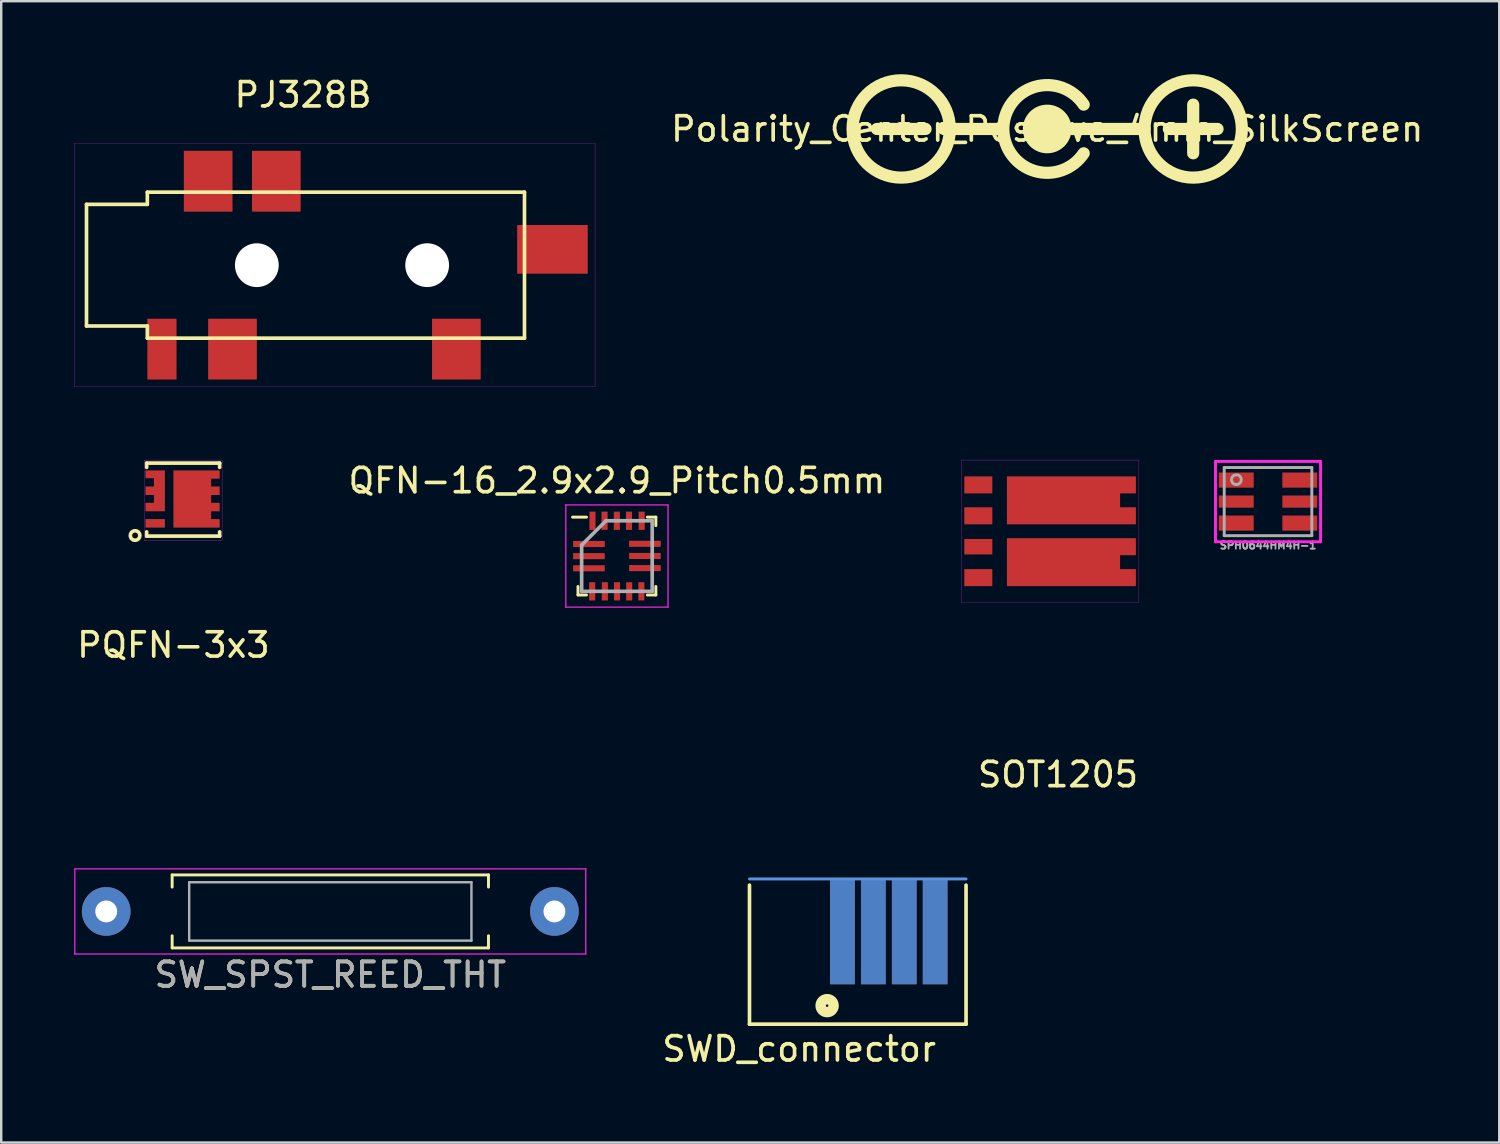
<source format=kicad_pcb>
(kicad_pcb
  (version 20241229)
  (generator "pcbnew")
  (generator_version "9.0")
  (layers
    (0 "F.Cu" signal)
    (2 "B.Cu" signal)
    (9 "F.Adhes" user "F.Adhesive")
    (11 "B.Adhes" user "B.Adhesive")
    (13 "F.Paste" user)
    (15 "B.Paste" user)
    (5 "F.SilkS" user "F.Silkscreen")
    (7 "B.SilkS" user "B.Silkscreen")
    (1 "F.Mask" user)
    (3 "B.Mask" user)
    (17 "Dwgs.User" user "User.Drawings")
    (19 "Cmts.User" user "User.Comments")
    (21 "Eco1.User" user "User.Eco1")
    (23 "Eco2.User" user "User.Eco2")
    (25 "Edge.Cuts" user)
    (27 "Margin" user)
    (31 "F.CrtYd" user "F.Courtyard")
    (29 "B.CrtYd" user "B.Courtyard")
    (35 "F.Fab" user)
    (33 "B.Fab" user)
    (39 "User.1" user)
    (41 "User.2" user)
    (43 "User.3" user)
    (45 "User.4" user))
  (footprint "SWD_connector"
    (layer "F.Cu")
    (at 31.572 35.231)
    (property "Reference" "SWD_connector" (at -1.778 4.826 0) (layer "F.SilkS") (effects (font (size 1 1) (thickness 0.15))))
    (attr through_hole)
    (fp_line (start -3.82 3.81) (end -3.82 -1.905) (stroke (width 0.15) (type solid)) (layer "F.SilkS"))
    (fp_line (start 5.08 -1.905) (end 5.08 3.81) (stroke (width 0.15) (type solid)) (layer "F.SilkS"))
    (fp_line (start 5.08 3.81) (end -3.82 3.81) (stroke (width 0.15) (type solid)) (layer "F.SilkS"))
    (fp_circle (center -0.63 3.048) (end -0.503 3.048) (stroke (width 0.15) (type solid)) (fill no) (layer "F.SilkS"))
    (fp_circle (center -0.63 3.048) (end -0.503 3.048) (stroke (width 0.3) (type solid)) (fill no) (layer "F.SilkS"))
    (fp_circle (center -0.63 3.048) (end -0.376 3.048) (stroke (width 0.15) (type solid)) (fill no) (layer "F.SilkS"))
    (fp_circle (center -0.63 3.048) (end -0.249 3.048) (stroke (width 0.2) (type solid)) (fill no) (layer "F.SilkS"))
    (fp_line (start -3.82 -2.159) (end 5.08 -2.159) (stroke (width 0.12) (type solid)) (layer "Cmts.User"))
    (fp_line (start -2.837 -2.54) (end -2.837 2.286) (stroke (width 0.12) (type solid)) (layer "Eco1.User"))
    (fp_line (start -0.983 -2.54) (end -0.983 2.286) (stroke (width 0.12) (type solid)) (layer "Eco1.User"))
    (fp_arc (start -0.983 2.286) (mid -1.91 3.213) (end -2.837 2.286) (stroke (width 0.12) (type solid)) (layer "Eco1.User"))
    (pad "1" smd rect (at 0 0) (size 1.016 4.34) (layers "F.Cu" "F.Mask" "F.Paste"))
    (pad "1" smd rect (at 0 0) (size 1.016 4.34) (layers "F.Mask" "B.Cu" "F.Paste"))
    (pad "2" smd rect (at 1.27 0) (size 1.016 4.34) (layers "F.Cu" "F.Mask" "F.Paste"))
    (pad "2" smd rect (at 1.27 0) (size 1.016 4.34) (layers "F.Mask" "B.Cu" "F.Paste"))
    (pad "3" smd rect (at 2.54 0) (size 1.016 4.34) (layers "F.Cu" "F.Mask" "F.Paste"))
    (pad "3" smd rect (at 2.54 0) (size 1.016 4.34) (layers "F.Mask" "B.Cu" "F.Paste"))
    (pad "4" smd rect (at 3.81 0) (size 1.016 4.34) (layers "F.Cu" "F.Mask" "F.Paste"))
    (pad "4" smd rect (at 3.81 0) (size 1.016 4.34) (layers "F.Mask" "B.Cu" "F.Paste")))
  (footprint "SOT1205"
    (layer "F.Cu")
    (at 40.432 18.783)
    (property "Reference" "SOT1205" (at 0 10 0) (layer "F.SilkS") (effects (font (size 1 1) (thickness 0.15))))
    (attr through_hole)
    (fp_poly (pts (xy -0.8 -0.72) (xy -1.8 -0.72) (xy -1.8 -1.72) (xy -0.8 -1.72)) (stroke (width 0.01) (type solid)) (fill yes) (layer "F.Paste"))
    (fp_poly (pts (xy -0.8 1.72) (xy -1.8 1.72) (xy -1.8 0.72) (xy -0.8 0.72)) (stroke (width 0.01) (type solid)) (fill yes) (layer "F.Paste"))
    (fp_poly (pts (xy 0.8 -0.72) (xy -0.2 -0.72) (xy -0.2 -1.72) (xy 0.8 -1.72)) (stroke (width 0.01) (type solid)) (fill yes) (layer "F.Paste"))
    (fp_poly (pts (xy 0.8 1.72) (xy -0.2 1.72) (xy -0.2 0.72) (xy 0.8 0.72)) (stroke (width 0.01) (type solid)) (fill yes) (layer "F.Paste"))
    (fp_poly (pts (xy 1.3 0.285) (xy 3.2 0.285) (xy 3.2 0.985) (xy 1.3 0.985)) (stroke (width 0.0001) (type solid)) (fill yes) (layer "F.Paste"))
    (fp_poly (pts (xy 3.2 -1.555) (xy 1.3 -1.555) (xy 1.3 -2.255) (xy 3.2 -2.255)) (stroke (width 0.0001) (type solid)) (fill yes) (layer "F.Paste"))
    (fp_poly (pts (xy 3.2 -0.285) (xy 1.3 -0.285) (xy 1.3 -0.985) (xy 3.2 -0.985)) (stroke (width 0.0001) (type solid)) (fill yes) (layer "F.Paste"))
    (fp_poly (pts (xy 3.2 2.255) (xy 1.3 2.255) (xy 1.3 1.555) (xy 3.2 1.555)) (stroke (width 0.0001) (type solid)) (fill yes) (layer "F.Paste"))
    (fp_line (start -3.975 -2.925) (end 3.325 -2.925) (stroke (width 0.01) (type solid)) (layer "F.CrtYd"))
    (fp_line (start -3.975 2.925) (end -3.975 -2.925) (stroke (width 0.01) (type solid)) (layer "F.CrtYd"))
    (fp_line (start 3.325 -2.925) (end 3.325 2.925) (stroke (width 0.01) (type solid)) (layer "F.CrtYd"))
    (fp_line (start 3.325 2.925) (end -3.975 2.925) (stroke (width 0.01) (type solid)) (layer "F.CrtYd"))
    (pad "1" smd rect (at -3.275 -1.905) (size 1.15 0.7) (layers "F.Cu" "F.Mask" "F.Paste"))
    (pad "2" smd rect (at -3.275 -0.635) (size 1.15 0.7) (layers "F.Cu" "F.Mask" "F.Paste"))
    (pad "3" smd rect (at -3.275 0.635) (size 1.15 0.635) (layers "F.Cu" "F.Mask" "F.Paste"))
    (pad "4" smd rect (at -3.275 1.905) (size 1.15 0.7) (layers "F.Cu" "F.Mask" "F.Paste"))
    (pad "5" smd custom (at 0.55 1.27) (size 1.15 0.7) (layers "F.Cu" "F.Mask") (options (anchor rect)) (primitives (gr_poly (pts (xy -2.65 -0.985) (xy 2.65 -0.985) (xy 2.65 -0.285) (xy 2 -0.285) (xy 2 0.285) (xy 2.65 0.285) (xy 2.65 0.985) (xy -2.65 0.985)) (width 0) (fill yes))))
    (pad "6" smd custom (at 0.55 -1.27) (size 1.15 0.7) (layers "F.Cu" "F.Mask") (options (anchor rect)) (primitives (gr_poly (pts (xy -2.65 -0.985) (xy 2.65 -0.985) (xy 2.65 -0.285) (xy 2 -0.285) (xy 2 0.285) (xy 2.65 0.285) (xy 2.65 0.985) (xy -2.65 0.985)) (width 0) (fill yes)))))
  (footprint "Polarity_Center_Positive_4mm_SilkScreen"
    (layer "F.Cu")
    (at 39.987 2.25)
    (property "Reference" "Polarity_Center_Positive_4mm_SilkScreen" (at 0 0 0) (layer "F.SilkS") (effects (font (size 1 1) (thickness 0.15))))
    (attr exclude_from_pos_files exclude_from_bom)
    (fp_line (start -7 0) (end -5 0) (stroke (width 0.5) (type solid)) (layer "F.SilkS"))
    (fp_line (start -4.25 0) (end -2 0) (stroke (width 0.5) (type solid)) (layer "F.SilkS"))
    (fp_line (start -0.05 0) (end 4 0) (stroke (width 0.5) (type solid)) (layer "F.SilkS"))
    (fp_line (start 5 0) (end 7 0) (stroke (width 0.5) (type solid)) (layer "F.SilkS"))
    (fp_line (start 6 -1) (end 6 1) (stroke (width 0.5) (type solid)) (layer "F.SilkS"))
    (fp_arc (start 1.5 1) (mid -1.802776 0) (end 1.5 -1) (stroke (width 0.5) (type solid)) (layer "F.SilkS"))
    (fp_circle (center -6 0) (end -4 0) (stroke (width 0.5) (type solid)) (fill no) (layer "F.SilkS"))
    (fp_circle (center 0 0) (end 0.05 0) (stroke (width 0.12) (type solid)) (fill no) (layer "F.SilkS"))
    (fp_circle (center 0 0) (end 0.354 0) (stroke (width 0.5) (type solid)) (fill no) (layer "F.SilkS"))
    (fp_circle (center 0 0) (end 0.75 0) (stroke (width 0.5) (type solid)) (fill no) (layer "F.SilkS"))
    (fp_circle (center 6 0) (end 8 0) (stroke (width 0.5) (type solid)) (fill no) (layer "F.SilkS")))
  (footprint "SW_SPST_REED_THT"
    (layer "F.Cu")
    (at 10.525 34.407)
    (property "Reference" "SW_SPST_REED_THT" (at 0 2.6 0) (layer "F.SilkS") (effects (font (size 1 1) (thickness 0.15))))
    (attr smd)
    (fp_line (start -6.5 -1.5) (end -6.5 -1) (stroke (width 0.12) (type solid)) (layer "F.SilkS"))
    (fp_line (start -6.5 1) (end -6.5 1.5) (stroke (width 0.12) (type solid)) (layer "F.SilkS"))
    (fp_line (start -6.5 1.5) (end 6.5 1.5) (stroke (width 0.12) (type solid)) (layer "F.SilkS"))
    (fp_line (start 6.5 -1.5) (end -6.5 -1.5) (stroke (width 0.12) (type solid)) (layer "F.SilkS"))
    (fp_line (start 6.5 -1) (end 6.5 -1.5) (stroke (width 0.12) (type solid)) (layer "F.SilkS"))
    (fp_line (start 6.5 1.5) (end 6.5 1) (stroke (width 0.12) (type solid)) (layer "F.SilkS"))
    (fp_line (start -10.5 -1.75) (end -10.5 1.75) (stroke (width 0.05) (type solid)) (layer "F.CrtYd"))
    (fp_line (start -10.5 1.75) (end 10.5 1.75) (stroke (width 0.05) (type solid)) (layer "F.CrtYd"))
    (fp_line (start 10.5 -1.75) (end -10.5 -1.75) (stroke (width 0.05) (type solid)) (layer "F.CrtYd"))
    (fp_line (start 10.5 1.75) (end 10.5 -1.75) (stroke (width 0.05) (type solid)) (layer "F.CrtYd"))
    (fp_line (start -5.8 -1.2) (end -5.8 1.2) (stroke (width 0.1) (type solid)) (layer "F.Fab"))
    (fp_line (start -5.8 1.2) (end 5.8 1.2) (stroke (width 0.1) (type solid)) (layer "F.Fab"))
    (fp_line (start 5.8 -1.2) (end -5.8 -1.2) (stroke (width 0.1) (type solid)) (layer "F.Fab"))
    (fp_line (start 5.8 1.2) (end 5.8 -1.2) (stroke (width 0.1) (type solid)) (layer "F.Fab"))
    (fp_text user "${REFERENCE}" (at 0 2.6 0) (layer "F.Fab") (effects (font (size 1 1) (thickness 0.15))))
    (pad "1" thru_hole circle (at -9.21 0) (size 2 2) (drill 0.9) (layers "*.Cu" "*.Mask"))
    (pad "2" thru_hole circle (at 9.21 0) (size 2 2) (drill 0.9) (layers "*.Cu" "*.Mask")))
  (footprint "QFN-16_2.9x2.9_Pitch0.5mm"
    (layer "F.Cu")
    (at 22.304 19.802)
    (property "Reference" "QFN-16_2.9x2.9_Pitch0.5mm" (at 0 -3.1 0) (layer "F.SilkS") (effects (font (size 1 1) (thickness 0.15))))
    (attr smd)
    (fp_line (start -1.6 1.6) (end -1.6 1.25) (stroke (width 0.12) (type solid)) (layer "F.SilkS"))
    (fp_line (start -1.25 -1.6) (end -1.825 -1.6) (stroke (width 0.12) (type solid)) (layer "F.SilkS"))
    (fp_line (start -1.25 1.6) (end -1.6 1.6) (stroke (width 0.12) (type solid)) (layer "F.SilkS"))
    (fp_line (start 1.25 -1.6) (end 1.6 -1.6) (stroke (width 0.12) (type solid)) (layer "F.SilkS"))
    (fp_line (start 1.25 1.6) (end 1.6 1.6) (stroke (width 0.12) (type solid)) (layer "F.SilkS"))
    (fp_line (start 1.6 -1.6) (end 1.6 -1.25) (stroke (width 0.12) (type solid)) (layer "F.SilkS"))
    (fp_line (start 1.6 1.6) (end 1.6 1.25) (stroke (width 0.12) (type solid)) (layer "F.SilkS"))
    (fp_line (start -2.1 -2.1) (end 2.1 -2.1) (stroke (width 0.05) (type solid)) (layer "F.CrtYd"))
    (fp_line (start -2.1 2.1) (end -2.1 -2.1) (stroke (width 0.05) (type solid)) (layer "F.CrtYd"))
    (fp_line (start 2.1 -2.1) (end 2.1 2.1) (stroke (width 0.05) (type solid)) (layer "F.CrtYd"))
    (fp_line (start 2.1 2.1) (end -2.1 2.1) (stroke (width 0.05) (type solid)) (layer "F.CrtYd"))
    (fp_line (start -1.45 -0.45) (end -1.45 1.45) (stroke (width 0.15) (type solid)) (layer "F.Fab"))
    (fp_line (start -1.45 1.45) (end 1.45 1.45) (stroke (width 0.15) (type solid)) (layer "F.Fab"))
    (fp_line (start -0.45 -1.45) (end -1.45 -0.45) (stroke (width 0.15) (type solid)) (layer "F.Fab"))
    (fp_line (start 1.45 -1.45) (end -0.45 -1.45) (stroke (width 0.15) (type solid)) (layer "F.Fab"))
    (fp_line (start 1.45 1.45) (end 1.45 -1.45) (stroke (width 0.15) (type solid)) (layer "F.Fab"))
    (pad "1" smd rect (at -1.15 -0.496 90) (size 0.25 1.3) (layers "F.Cu" "F.Mask" "F.Paste"))
    (pad "2" smd rect (at -1.15 0.004 90) (size 0.25 1.3) (layers "F.Cu" "F.Mask" "F.Paste"))
    (pad "3" smd rect (at -1.15 0.504 90) (size 0.25 1.3) (layers "F.Cu" "F.Mask" "F.Paste"))
    (pad "4" smd rect (at -1.016 1.45 180) (size 0.25 0.75) (layers "F.Cu" "F.Mask" "F.Paste"))
    (pad "5" smd rect (at -0.496 1.45) (size 0.25 0.75) (layers "F.Cu" "F.Mask" "F.Paste"))
    (pad "6" smd rect (at 0.004 1.45) (size 0.25 0.75) (layers "F.Cu" "F.Mask" "F.Paste"))
    (pad "7" smd rect (at 0.504 1.45) (size 0.25 0.75) (layers "F.Cu" "F.Mask" "F.Paste"))
    (pad "8" smd rect (at 1.004 1.45) (size 0.25 0.75) (layers "F.Cu" "F.Mask" "F.Paste"))
    (pad "9" smd rect (at 1.15 0.496 90) (size 0.25 1.3) (layers "F.Cu" "F.Mask" "F.Paste"))
    (pad "10" smd rect (at 1.15 -0.004 90) (size 0.25 1.3) (layers "F.Cu" "F.Mask" "F.Paste"))
    (pad "11" smd rect (at 1.15 -0.504 90) (size 0.25 1.3) (layers "F.Cu" "F.Mask" "F.Paste"))
    (pad "12" smd rect (at 1.016 -1.45 180) (size 0.25 0.75) (layers "F.Cu" "F.Mask" "F.Paste"))
    (pad "13" smd rect (at 0.496 -1.45) (size 0.25 0.75) (layers "F.Cu" "F.Mask" "F.Paste"))
    (pad "14" smd rect (at -0.004 -1.45) (size 0.25 0.75) (layers "F.Cu" "F.Mask" "F.Paste"))
    (pad "15" smd rect (at -0.508 -1.45) (size 0.25 0.75) (layers "F.Cu" "F.Mask" "F.Paste"))
    (pad "16" smd rect (at -1.004 -1.45) (size 0.25 0.75) (layers "F.Cu" "F.Mask" "F.Paste")))
  (footprint "PQFN-3x3"
    (layer "F.Cu")
    (at 4.077 17.458)
    (property "Reference" "PQFN-3x3" (at 0 6 0) (layer "F.SilkS") (effects (font (size 1 1) (thickness 0.15))))
    (attr through_hole)
    (fp_line (start -1.1 -1.475) (end -1.1 -1.3) (stroke (width 0.15) (type solid)) (layer "F.SilkS"))
    (fp_line (start -1.1 -1.475) (end 1.9 -1.475) (stroke (width 0.15) (type solid)) (layer "F.SilkS"))
    (fp_line (start -1.1 1.35) (end -1.1 1.525) (stroke (width 0.15) (type solid)) (layer "F.SilkS"))
    (fp_line (start 1.9 -1.475) (end 1.9 -1.3) (stroke (width 0.15) (type solid)) (layer "F.SilkS"))
    (fp_line (start 1.9 1.35) (end 1.9 1.525) (stroke (width 0.15) (type solid)) (layer "F.SilkS"))
    (fp_line (start 1.9 1.525) (end -1.1 1.525) (stroke (width 0.15) (type solid)) (layer "F.SilkS"))
    (fp_circle (center -1.575 1.5) (end -1.425 1.375) (stroke (width 0.15) (type solid)) (fill no) (layer "F.SilkS"))
    (fp_line (start -1.2 -1.6) (end 2 -1.6) (stroke (width 0.01) (type solid)) (layer "F.CrtYd"))
    (fp_line (start -1.2 1.7) (end -1.2 -1.6) (stroke (width 0.01) (type solid)) (layer "F.CrtYd"))
    (fp_line (start 2 -1.6) (end 2 1.7) (stroke (width 0.01) (type solid)) (layer "F.CrtYd"))
    (fp_line (start 2 1.7) (end -1.2 1.7) (stroke (width 0.01) (type solid)) (layer "F.CrtYd"))
    (pad "1" smd rect (at -0.75 1) (size 0.8 0.35) (layers "F.Cu" "F.Mask" "F.Paste"))
    (pad "2" smd custom (at -1.15 -1.175) (size 0.01 0.01) (layers "F.Cu" "F.Mask" "F.Paste") (options (anchor rect)) (primitives (gr_poly (pts (xy 0 0) (xy 0.8 0) (xy 0.8 1.68) (xy 0 1.68) (xy 0 1.33) (xy 0.35 1.33) (xy 0.35 1.01) (xy 0 1.01) (xy 0 0.66) (xy 0.35 0.66) (xy 0.35 0.32) (xy 0 0.32)) (width 0) (fill yes))))
    (pad "3" smd custom (at 0 -1.175) (size 0.01 0.01) (layers "F.Cu" "F.Mask" "F.Paste") (options (anchor rect)) (primitives (gr_poly (pts (xy 0 0) (xy 0 2.35) (xy 1.9 2.35) (xy 1.9 2) (xy 1.55 2) (xy 1.55 1.68) (xy 1.9 1.68) (xy 1.9 1.33) (xy 1.55 1.33) (xy 1.55 1.01) (xy 1.9 1.01) (xy 1.9 0.66) (xy 1.55 0.66) (xy 1.55 0.34) (xy 1.9 0.34) (xy 1.9 0)) (width 0) (fill yes)))))
  (footprint "SPH0644HM4H-1"
    (layer "F.Cu")
    (at 49.062 17.564)
    (property "Reference" "SPH0644HM4H-1" (at 0 1.8 0) (layer "F.Fab") (effects (font (size 0.3 0.3) (thickness 0.075))))
    (attr through_hole)
    (fp_line (start -2.159 -1.651) (end -2.159 1.651) (stroke (width 0.12) (type solid)) (layer "F.CrtYd"))
    (fp_line (start -2.159 1.651) (end 2.159 1.651) (stroke (width 0.12) (type solid)) (layer "F.CrtYd"))
    (fp_line (start 2.159 -1.651) (end -2.159 -1.651) (stroke (width 0.12) (type solid)) (layer "F.CrtYd"))
    (fp_line (start 2.159 1.651) (end 2.159 -1.651) (stroke (width 0.12) (type solid)) (layer "F.CrtYd"))
    (fp_line (start -1.8 -1.4) (end -1.8 1.4) (stroke (width 0.12) (type solid)) (layer "F.Fab"))
    (fp_line (start -1.8 1.4) (end 1.8 1.4) (stroke (width 0.12) (type solid)) (layer "F.Fab"))
    (fp_line (start 1.8 -1.4) (end -1.8 -1.4) (stroke (width 0.12) (type solid)) (layer "F.Fab"))
    (fp_line (start 1.8 1.4) (end 1.8 -1.4) (stroke (width 0.12) (type solid)) (layer "F.Fab"))
    (fp_circle (center -1.3 -0.9) (end -1.3 -0.7) (stroke (width 0.12) (type solid)) (fill no) (layer "F.Fab"))
    (pad "1" smd rect (at -1.304 -0.884) (size 1.432 0.622) (layers "F.Cu" "F.Mask" "F.Paste"))
    (pad "2" smd rect (at -1.304 0) (size 1.432 0.5) (layers "F.Cu" "F.Mask" "F.Paste"))
    (pad "3" smd rect (at -1.304 0.884) (size 1.432 0.622) (layers "F.Cu" "F.Mask" "F.Paste"))
    (pad "4" smd rect (at 1.304 0.884) (size 1.432 0.622) (layers "F.Cu" "F.Mask" "F.Paste"))
    (pad "5" smd rect (at 1.304 0) (size 1.432 0.5) (layers "F.Cu" "F.Mask" "F.Paste"))
    (pad "6" smd rect (at 1.304 -0.884) (size 1.432 0.622) (layers "F.Cu" "F.Mask" "F.Paste")))
  (footprint "PJ328B"
    (layer "F.Cu")
    (at 3.005 7.848)
    (property "Reference" "PJ328B" (at 6.4 -7 0) (layer "F.SilkS") (effects (font (size 1 1) (thickness 0.15))))
    (attr through_hole)
    (fp_line (start -2.5 -2.5) (end 0 -2.5) (stroke (width 0.15) (type solid)) (layer "F.SilkS"))
    (fp_line (start -2.5 2.5) (end -2.5 -2.5) (stroke (width 0.15) (type solid)) (layer "F.SilkS"))
    (fp_line (start 0 -3) (end 0 -2.5) (stroke (width 0.15) (type solid)) (layer "F.SilkS"))
    (fp_line (start 0 -3) (end 15.5 -3) (stroke (width 0.15) (type solid)) (layer "F.SilkS"))
    (fp_line (start 0 2.5) (end -2.5 2.5) (stroke (width 0.15) (type solid)) (layer "F.SilkS"))
    (fp_line (start 0 3) (end 0 2.5) (stroke (width 0.15) (type solid)) (layer "F.SilkS"))
    (fp_line (start 0 3) (end 15.5 3) (stroke (width 0.15) (type solid)) (layer "F.SilkS"))
    (fp_line (start 15.5 -3) (end 15.5 3) (stroke (width 0.15) (type solid)) (layer "F.SilkS"))
    (fp_line (start -3 -5) (end 18.4 -5) (stroke (width 0.01) (type solid)) (layer "F.CrtYd"))
    (fp_line (start -3 5) (end -3 -5) (stroke (width 0.01) (type solid)) (layer "F.CrtYd"))
    (fp_line (start 18.4 -5) (end 18.4 5) (stroke (width 0.01) (type solid)) (layer "F.CrtYd"))
    (fp_line (start 18.4 5) (end -3 5) (stroke (width 0.01) (type solid)) (layer "F.CrtYd"))
    (pad "" np_thru_hole circle (at 4.5 0 180) (size 1.8 1.8) (drill 1.8) (layers "*.Cu" "*.Mask"))
    (pad "" np_thru_hole circle (at 11.5 0 270) (size 1.8 1.8) (drill 1.8) (layers "*.Cu" "*.Mask"))
    (pad "R1" smd rect (at 5.3 -3.45) (size 2 2.5) (layers "F.Cu" "F.Mask" "F.Paste"))
    (pad "R1N" smd rect (at 2.5 -3.45 180) (size 2 2.5) (layers "F.Cu" "F.Mask" "F.Paste"))
    (pad "R2" smd rect (at 3.5 3.45) (size 2 2.5) (layers "F.Cu" "F.Mask" "F.Paste"))
    (pad "S" smd rect (at 0.6 3.45) (size 1.2 2.5) (layers "F.Cu" "F.Mask" "F.Paste"))
    (pad "T" smd rect (at 12.7 3.45 180) (size 2 2.5) (layers "F.Cu" "F.Mask" "F.Paste"))
    (pad "TN" smd rect (at 16.65 -0.65 90) (size 2 2.9) (layers "F.Cu" "F.Mask" "F.Paste")))
  (gr_rect
    (start -3 -3)
    (end 58.565 43.906)
    (stroke (width 0.1) (type default))
    (fill no)
    (layer "Edge.Cuts")))
</source>
